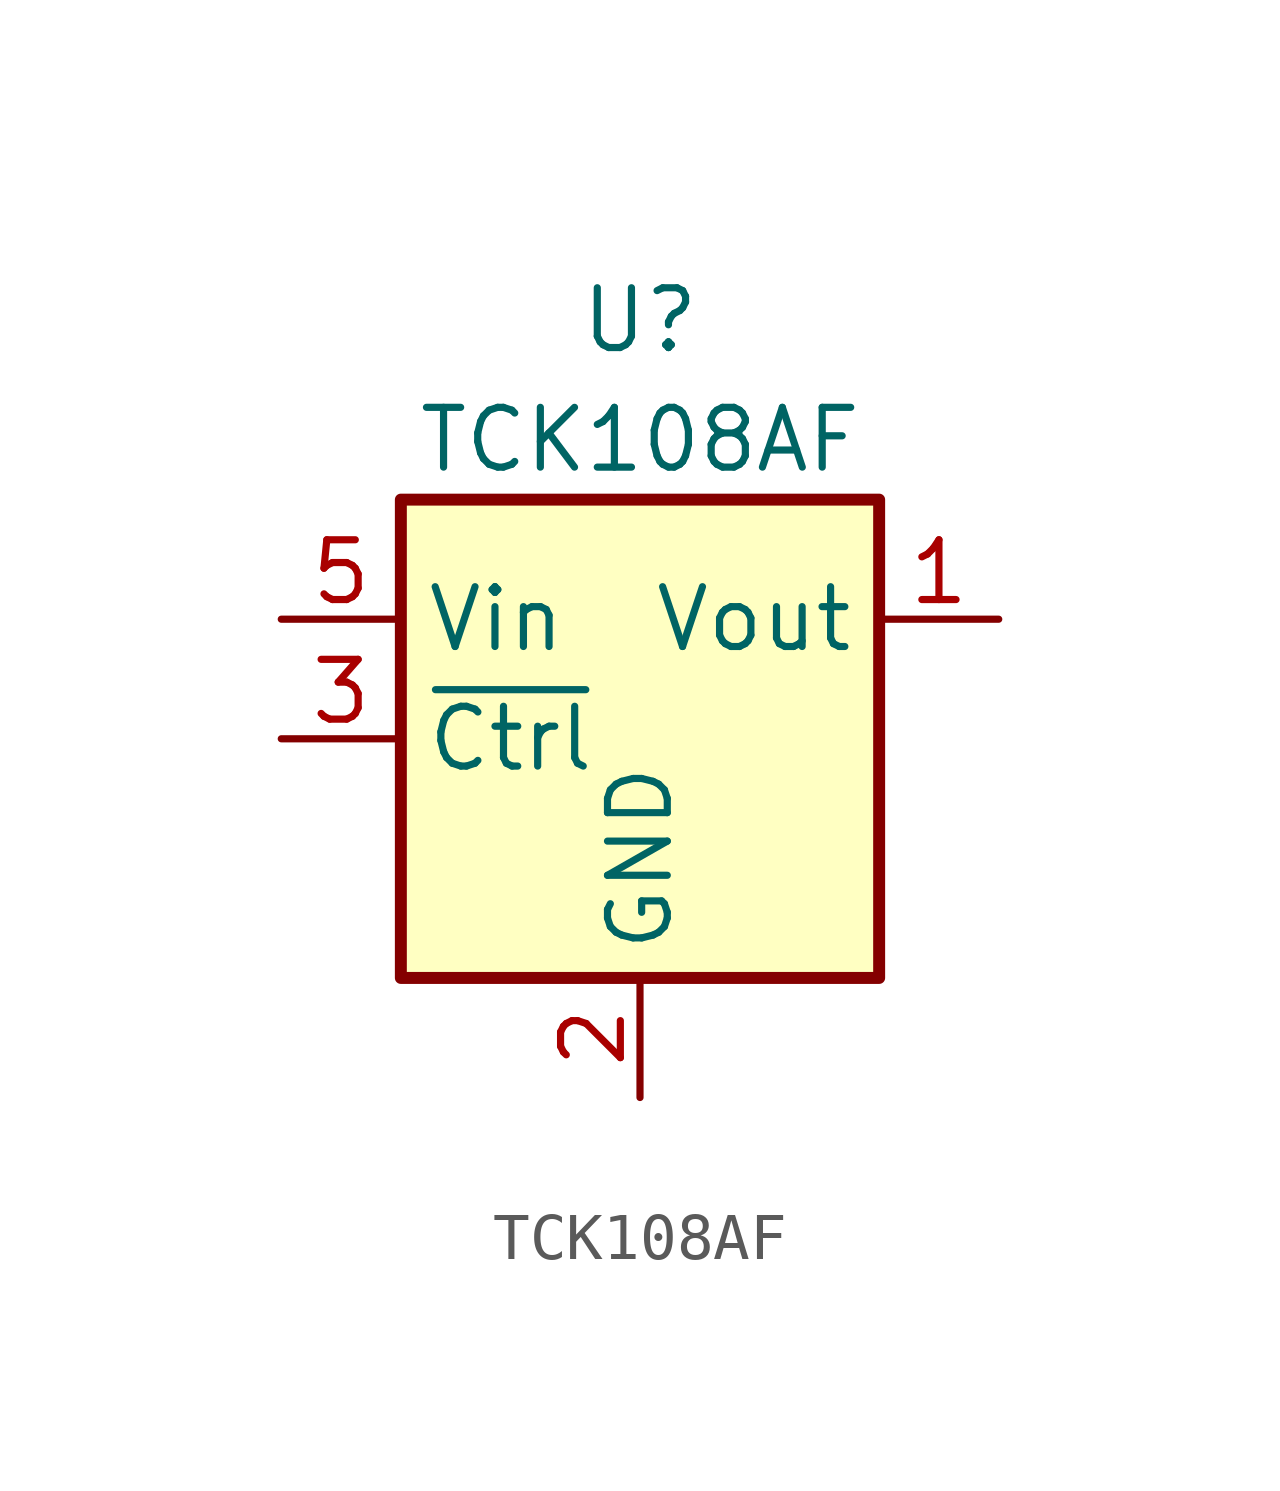
<source format=kicad_sym>
(kicad_symbol_lib
  (version 20220914)
  (generator kicad_symbol_editor)
  (symbol "TCK108AF"
    (property "Reference" "U"
      (at 0 8.89 0)
      (effects (font (size 1.27 1.27))))
    (property "Value" "TCK108AF"
      (at 0 6.35 0)
      (effects (font (size 1.27 1.27))))
    (symbol "TCK108AF_0_1"
      (rectangle (start -5.08 5.08) (end 5.08 -5.08) (stroke (width 0.254) (type solid)) (fill (type background))))
    (symbol "TCK108AF_1_1"
      (pin passive line (at 7.62 2.54 180) (length 2.54) (name "Vout" (effects (font (size 1.27 1.27)))) (number "1" (effects (font (size 1.27 1.27)))))
      (pin power_in line (at 0 -7.62 90) (length 2.54) (name "GND" (effects (font (size 1.27 1.27)))) (number "2" (effects (font (size 1.27 1.27)))))
      (pin input line (at -7.62 0 0) (length 2.54) (name "~{Ctrl}" (effects (font (size 1.27 1.27)))) (number "3" (effects (font (size 1.27 1.27)))))
      (pin no_connect line (at 5.08 0 180) (length 2.54) hide (name "NC" (effects (font (size 1.27 1.27)))) (number "4" (effects (font (size 1.27 1.27)))))
      (pin passive line (at -7.62 2.54 0) (length 2.54) (name "Vin" (effects (font (size 1.27 1.27)))) (number "5" (effects (font (size 1.27 1.27))))))))
</source>
